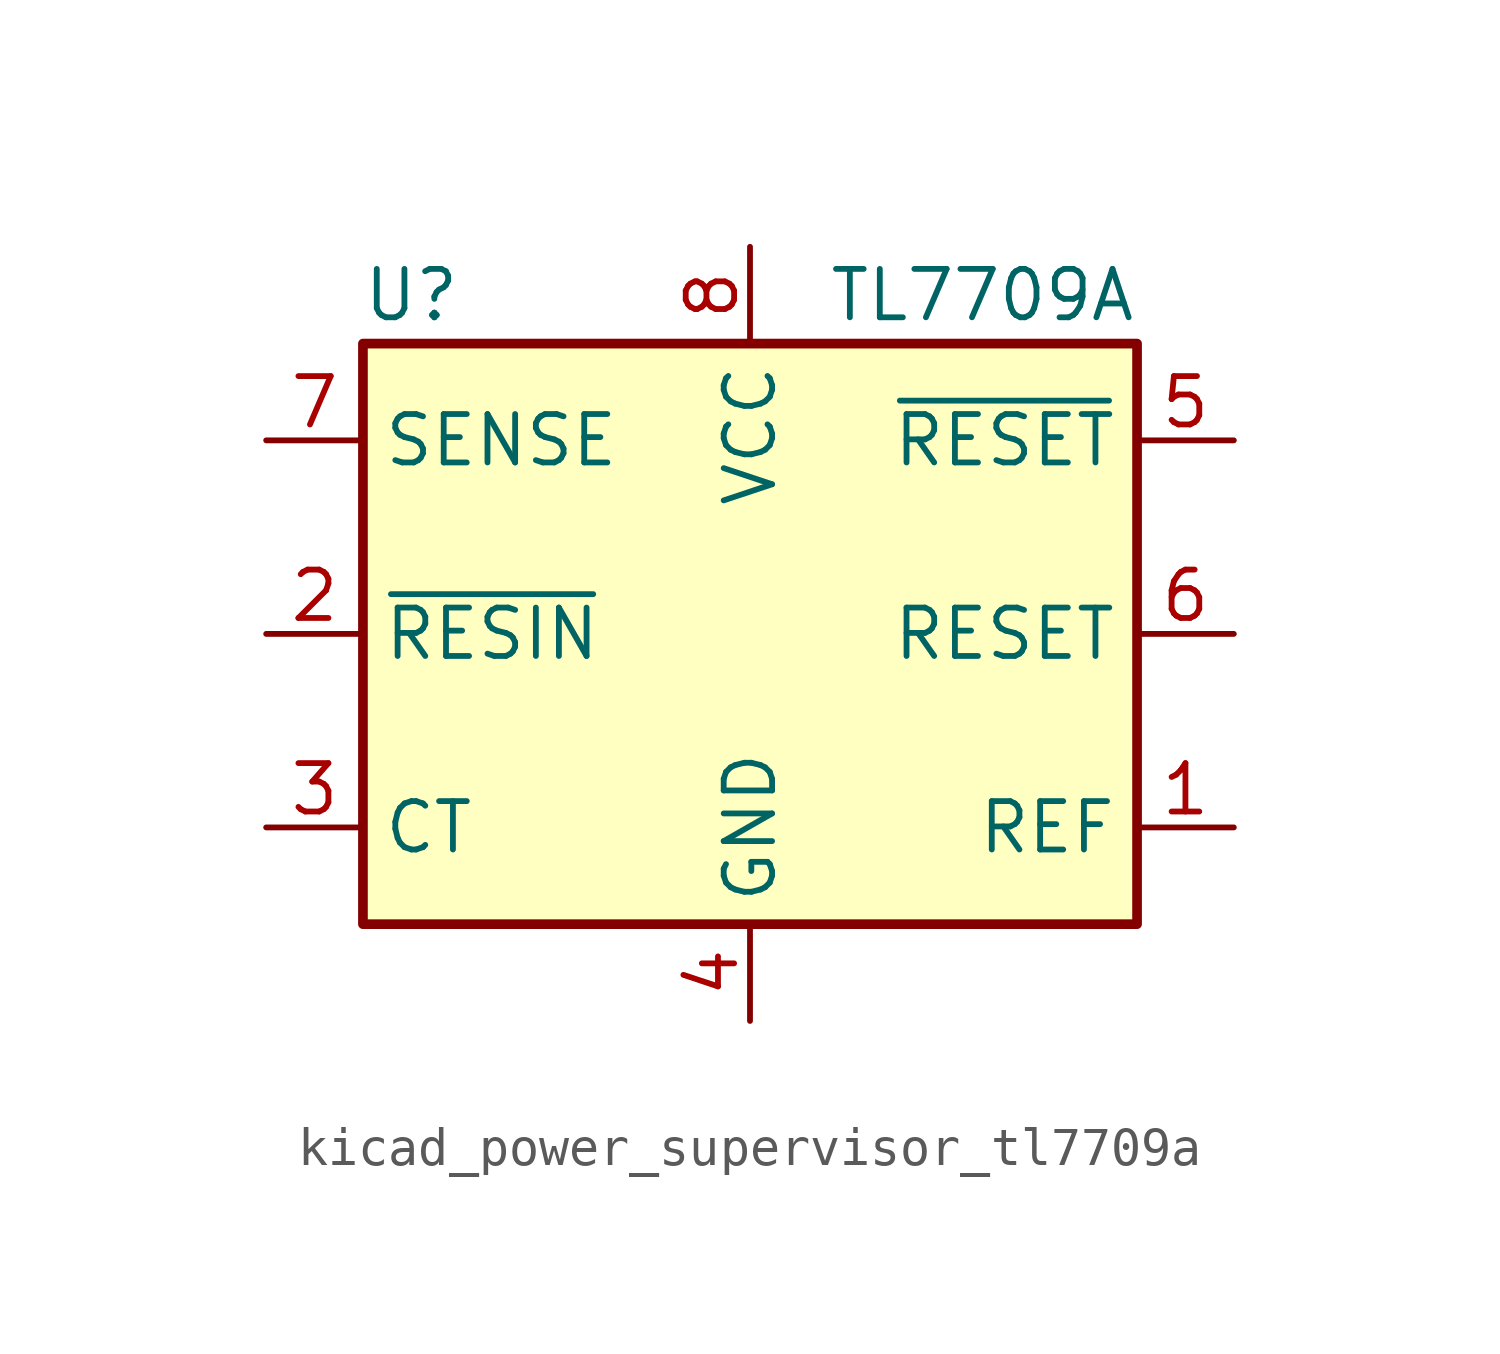
<source format=kicad_sym>
(kicad_symbol_lib
  (version 20220914)
  (generator kicad_symbol_editor)
  (symbol "kicad_power_supervisor_tl7709a"
    (property "Reference" "U"
      (at -8.89 8.89 0)
      (effects (font (size 1.27 1.27))))
    (property "Value" "TL7709A"
      (at 10.16 8.89 0)
      (effects (font (size 1.27 1.27)) (justify right)))
    (symbol "kicad_power_supervisor_tl7709a_0_1"
      (rectangle (start -10.16 7.62) (end 10.16 -7.62) (stroke (width 0.254) (type default)) (fill (type background))))
    (symbol "kicad_power_supervisor_tl7709a_1_1"
      (pin output line (at 12.7 -5.08 180) (length 2.54) (name "REF" (effects (font (size 1.27 1.27)))) (number "1" (effects (font (size 1.27 1.27)))))
      (pin input line (at -12.7 0 0) (length 2.54) (name "~{RESIN}" (effects (font (size 1.27 1.27)))) (number "2" (effects (font (size 1.27 1.27)))))
      (pin passive line (at -12.7 -5.08 0) (length 2.54) (name "CT" (effects (font (size 1.27 1.27)))) (number "3" (effects (font (size 1.27 1.27)))))
      (pin power_in line (at 0 -10.16 90) (length 2.54) (name "GND" (effects (font (size 1.27 1.27)))) (number "4" (effects (font (size 1.27 1.27)))))
      (pin open_collector line (at 12.7 5.08 180) (length 2.54) (name "~{RESET}" (effects (font (size 1.27 1.27)))) (number "5" (effects (font (size 1.27 1.27)))))
      (pin open_collector line (at 12.7 0 180) (length 2.54) (name "RESET" (effects (font (size 1.27 1.27)))) (number "6" (effects (font (size 1.27 1.27)))))
      (pin input line (at -12.7 5.08 0) (length 2.54) (name "SENSE" (effects (font (size 1.27 1.27)))) (number "7" (effects (font (size 1.27 1.27)))))
      (pin power_in line (at 0 10.16 270) (length 2.54) (name "VCC" (effects (font (size 1.27 1.27)))) (number "8" (effects (font (size 1.27 1.27))))))))
</source>
